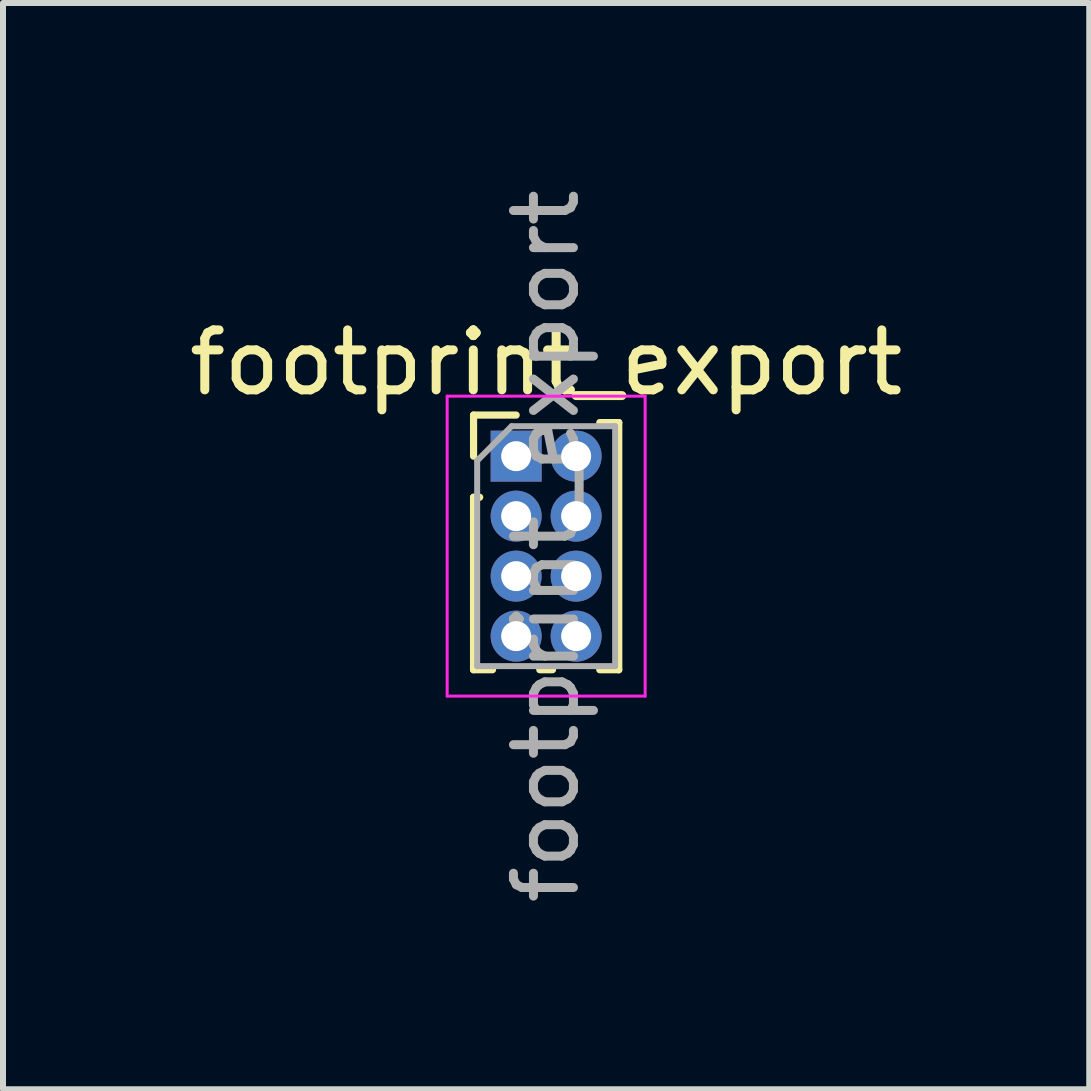
<source format=kicad_pcb>
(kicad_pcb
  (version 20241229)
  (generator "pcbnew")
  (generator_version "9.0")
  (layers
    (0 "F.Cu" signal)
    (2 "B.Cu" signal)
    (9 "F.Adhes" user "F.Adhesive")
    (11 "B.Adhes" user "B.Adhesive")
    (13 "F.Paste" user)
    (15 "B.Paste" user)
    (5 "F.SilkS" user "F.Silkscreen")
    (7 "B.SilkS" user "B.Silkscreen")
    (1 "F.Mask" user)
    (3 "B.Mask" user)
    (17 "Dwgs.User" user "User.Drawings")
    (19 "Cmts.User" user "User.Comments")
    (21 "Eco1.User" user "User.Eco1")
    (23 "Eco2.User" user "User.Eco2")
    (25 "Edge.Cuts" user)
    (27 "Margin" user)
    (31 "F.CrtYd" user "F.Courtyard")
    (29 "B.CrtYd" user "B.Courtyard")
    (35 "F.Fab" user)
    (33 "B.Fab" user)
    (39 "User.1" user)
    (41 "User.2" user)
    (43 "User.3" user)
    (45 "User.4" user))
  (footprint "footprint_export"
    (layer "F.Cu")
    (at 5.554 4.554)
    (property "Reference" "footprint_export" (at 0.5 -1.56 0) (layer "F.SilkS") (effects (font (size 1 1) (thickness 0.15))))
    (attr through_hole)
    (fp_line (start -0.71 -0.685) (end 0 -0.685) (stroke (width 0.12) (type solid)) (layer "F.SilkS"))
    (fp_line (start -0.71 0) (end -0.71 -0.685) (stroke (width 0.12) (type solid)) (layer "F.SilkS"))
    (fp_line (start -0.71 0.685) (end -0.71 3.56) (stroke (width 0.12) (type solid)) (layer "F.SilkS"))
    (fp_line (start -0.71 0.685) (end -0.608 0.685) (stroke (width 0.12) (type solid)) (layer "F.SilkS"))
    (fp_line (start -0.71 3.56) (end -0.394 3.56) (stroke (width 0.12) (type solid)) (layer "F.SilkS"))
    (fp_line (start 0.394 3.56) (end 0.606 3.56) (stroke (width 0.12) (type solid)) (layer "F.SilkS"))
    (fp_line (start 1.394 -0.56) (end 1.71 -0.56) (stroke (width 0.12) (type solid)) (layer "F.SilkS"))
    (fp_line (start 1.394 3.56) (end 1.71 3.56) (stroke (width 0.12) (type solid)) (layer "F.SilkS"))
    (fp_line (start 1.71 -0.56) (end 1.71 3.56) (stroke (width 0.12) (type solid)) (layer "F.SilkS"))
    (fp_line (start -1.15 -1) (end -1.15 4) (stroke (width 0.05) (type solid)) (layer "F.CrtYd"))
    (fp_line (start -1.15 4) (end 2.15 4) (stroke (width 0.05) (type solid)) (layer "F.CrtYd"))
    (fp_line (start 2.15 -1) (end -1.15 -1) (stroke (width 0.05) (type solid)) (layer "F.CrtYd"))
    (fp_line (start 2.15 4) (end 2.15 -1) (stroke (width 0.05) (type solid)) (layer "F.CrtYd"))
    (fp_line (start -0.65 0.075) (end -0.075 -0.5) (stroke (width 0.1) (type solid)) (layer "F.Fab"))
    (fp_line (start -0.65 3.5) (end -0.65 0.075) (stroke (width 0.1) (type solid)) (layer "F.Fab"))
    (fp_line (start -0.075 -0.5) (end 1.65 -0.5) (stroke (width 0.1) (type solid)) (layer "F.Fab"))
    (fp_line (start 1.65 -0.5) (end 1.65 3.5) (stroke (width 0.1) (type solid)) (layer "F.Fab"))
    (fp_line (start 1.65 3.5) (end -0.65 3.5) (stroke (width 0.1) (type solid)) (layer "F.Fab"))
    (fp_text user "${REFERENCE}" (at 0.5 1.5 90) (layer "F.Fab") (effects (font (size 1 1) (thickness 0.15))))
    (pad "1" thru_hole rect (at 0 0) (size 0.85 0.85) (drill 0.5) (layers "*.Cu" "*.Mask"))
    (pad "2" thru_hole oval (at 1 0) (size 0.85 0.85) (drill 0.5) (layers "*.Cu" "*.Mask"))
    (pad "3" thru_hole oval (at 0 1) (size 0.85 0.85) (drill 0.5) (layers "*.Cu" "*.Mask"))
    (pad "4" thru_hole oval (at 1 1) (size 0.85 0.85) (drill 0.5) (layers "*.Cu" "*.Mask"))
    (pad "5" thru_hole oval (at 0 2) (size 0.85 0.85) (drill 0.5) (layers "*.Cu" "*.Mask"))
    (pad "6" thru_hole oval (at 1 2) (size 0.85 0.85) (drill 0.5) (layers "*.Cu" "*.Mask"))
    (pad "7" thru_hole oval (at 0 3) (size 0.85 0.85) (drill 0.5) (layers "*.Cu" "*.Mask"))
    (pad "8" thru_hole oval (at 1 3) (size 0.85 0.85) (drill 0.5) (layers "*.Cu" "*.Mask")))
  (gr_rect
    (start -3 -3)
    (end 15.107 15.107)
    (stroke (width 0.1) (type default))
    (fill no)
    (layer "Edge.Cuts")))
</source>
